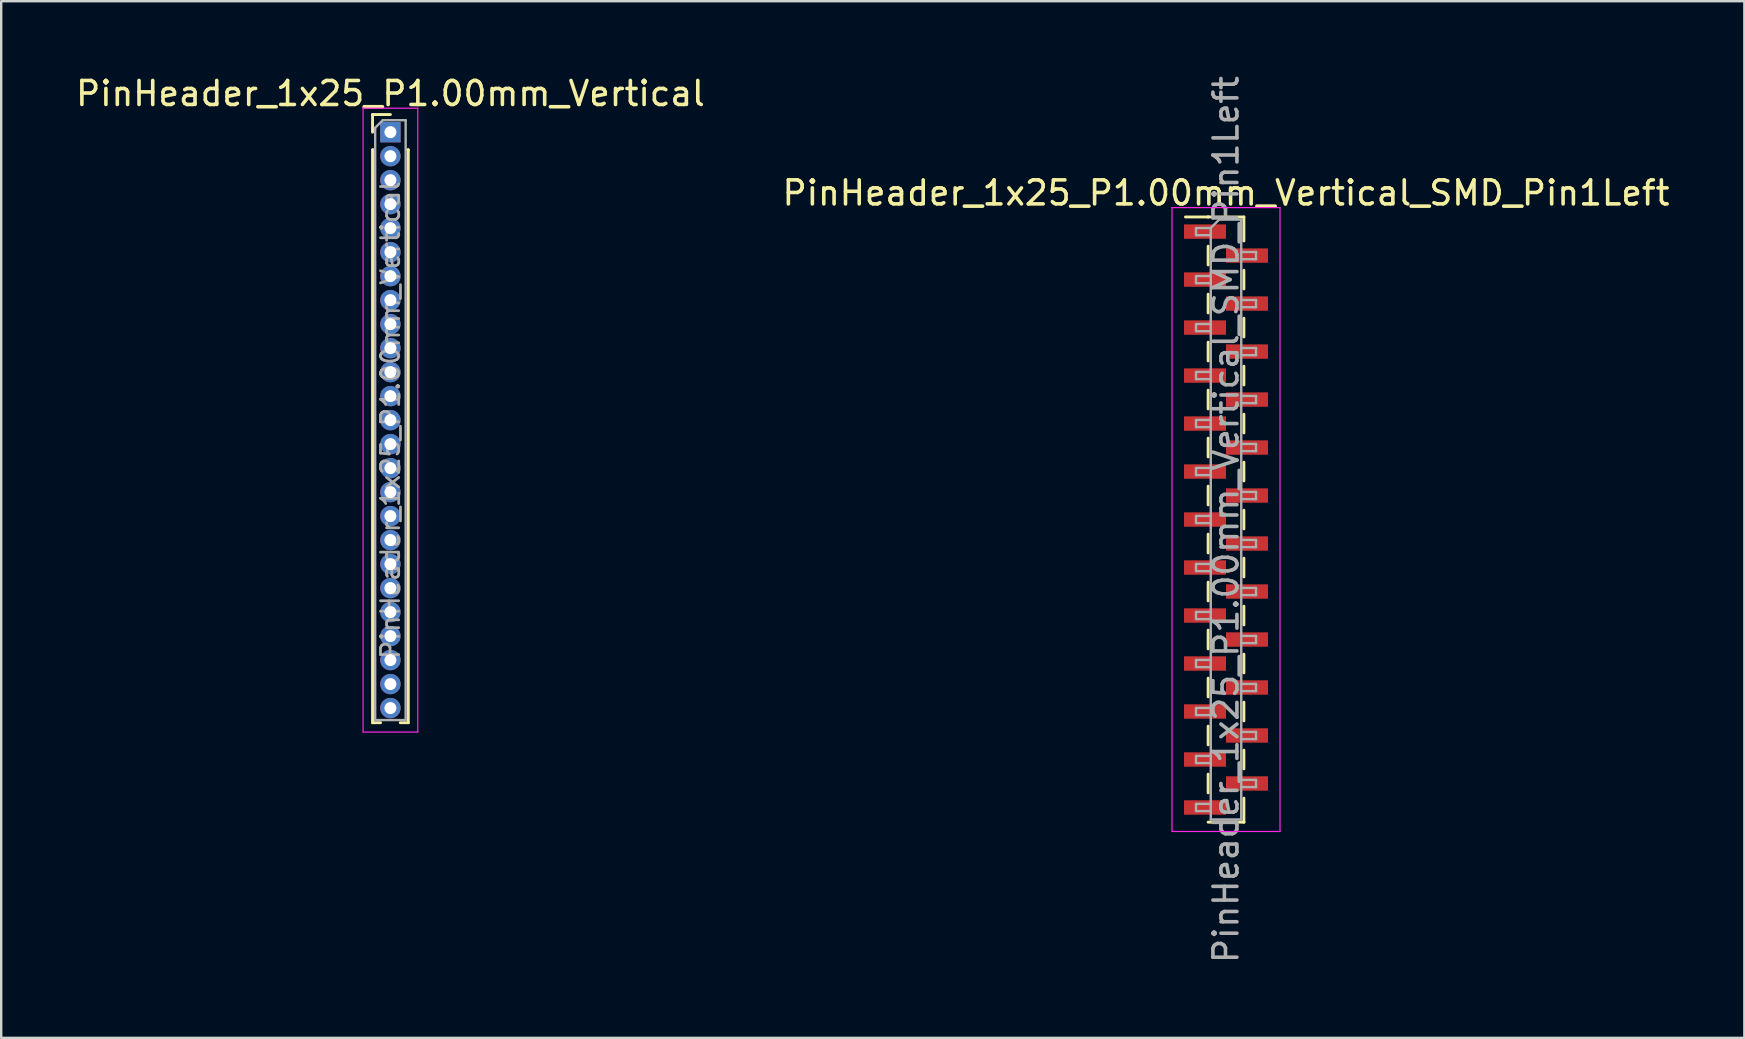
<source format=kicad_pcb>
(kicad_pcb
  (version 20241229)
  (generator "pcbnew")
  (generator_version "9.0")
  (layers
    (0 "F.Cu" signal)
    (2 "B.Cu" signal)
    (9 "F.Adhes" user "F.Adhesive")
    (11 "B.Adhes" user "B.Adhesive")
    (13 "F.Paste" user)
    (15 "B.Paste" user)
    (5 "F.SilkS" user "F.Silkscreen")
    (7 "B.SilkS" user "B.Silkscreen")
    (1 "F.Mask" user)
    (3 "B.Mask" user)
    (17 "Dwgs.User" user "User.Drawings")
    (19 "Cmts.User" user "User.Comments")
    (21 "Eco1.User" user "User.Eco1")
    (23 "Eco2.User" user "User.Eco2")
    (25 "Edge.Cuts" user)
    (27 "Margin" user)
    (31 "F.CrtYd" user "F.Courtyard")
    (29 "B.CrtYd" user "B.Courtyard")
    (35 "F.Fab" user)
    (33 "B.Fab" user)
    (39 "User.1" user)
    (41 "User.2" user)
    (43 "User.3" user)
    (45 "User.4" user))
  (footprint "PinHeader_1x25_P1.00mm_Vertical_SMD_Pin1Left"
    (layer "F.Cu")
    (at 48.042 18.601)
    (property "Reference" "PinHeader_1x25_P1.00mm_Vertical_SMD_Pin1Left" (at 0 -13.61 0) (layer "F.SilkS") (effects (font (size 1 1) (thickness 0.15))))
    (attr smd)
    (fp_line (start -0.745 -12.61) (end -1.69 -12.61) (stroke (width 0.12) (type solid)) (layer "F.SilkS"))
    (fp_line (start -0.745 -12.61) (end -0.745 -12.61) (stroke (width 0.12) (type solid)) (layer "F.SilkS"))
    (fp_line (start -0.745 -12.61) (end 0.745 -12.61) (stroke (width 0.12) (type solid)) (layer "F.SilkS"))
    (fp_line (start -0.745 -11.39) (end -0.745 -10.61) (stroke (width 0.12) (type solid)) (layer "F.SilkS"))
    (fp_line (start -0.745 -9.39) (end -0.745 -8.61) (stroke (width 0.12) (type solid)) (layer "F.SilkS"))
    (fp_line (start -0.745 -7.39) (end -0.745 -6.61) (stroke (width 0.12) (type solid)) (layer "F.SilkS"))
    (fp_line (start -0.745 -5.39) (end -0.745 -4.61) (stroke (width 0.12) (type solid)) (layer "F.SilkS"))
    (fp_line (start -0.745 -3.39) (end -0.745 -2.61) (stroke (width 0.12) (type solid)) (layer "F.SilkS"))
    (fp_line (start -0.745 -1.39) (end -0.745 -0.61) (stroke (width 0.12) (type solid)) (layer "F.SilkS"))
    (fp_line (start -0.745 0.61) (end -0.745 1.39) (stroke (width 0.12) (type solid)) (layer "F.SilkS"))
    (fp_line (start -0.745 2.61) (end -0.745 3.39) (stroke (width 0.12) (type solid)) (layer "F.SilkS"))
    (fp_line (start -0.745 4.61) (end -0.745 5.39) (stroke (width 0.12) (type solid)) (layer "F.SilkS"))
    (fp_line (start -0.745 6.61) (end -0.745 7.39) (stroke (width 0.12) (type solid)) (layer "F.SilkS"))
    (fp_line (start -0.745 8.61) (end -0.745 9.39) (stroke (width 0.12) (type solid)) (layer "F.SilkS"))
    (fp_line (start -0.745 10.61) (end -0.745 11.39) (stroke (width 0.12) (type solid)) (layer "F.SilkS"))
    (fp_line (start -0.745 12.61) (end 0.745 12.61) (stroke (width 0.12) (type solid)) (layer "F.SilkS"))
    (fp_line (start 0.745 -12.61) (end 0.745 -11.61) (stroke (width 0.12) (type solid)) (layer "F.SilkS"))
    (fp_line (start 0.745 -10.39) (end 0.745 -9.61) (stroke (width 0.12) (type solid)) (layer "F.SilkS"))
    (fp_line (start 0.745 -8.39) (end 0.745 -7.61) (stroke (width 0.12) (type solid)) (layer "F.SilkS"))
    (fp_line (start 0.745 -6.39) (end 0.745 -5.61) (stroke (width 0.12) (type solid)) (layer "F.SilkS"))
    (fp_line (start 0.745 -4.39) (end 0.745 -3.61) (stroke (width 0.12) (type solid)) (layer "F.SilkS"))
    (fp_line (start 0.745 -2.39) (end 0.745 -1.61) (stroke (width 0.12) (type solid)) (layer "F.SilkS"))
    (fp_line (start 0.745 -0.39) (end 0.745 0.39) (stroke (width 0.12) (type solid)) (layer "F.SilkS"))
    (fp_line (start 0.745 1.61) (end 0.745 2.39) (stroke (width 0.12) (type solid)) (layer "F.SilkS"))
    (fp_line (start 0.745 3.61) (end 0.745 4.39) (stroke (width 0.12) (type solid)) (layer "F.SilkS"))
    (fp_line (start 0.745 5.61) (end 0.745 6.39) (stroke (width 0.12) (type solid)) (layer "F.SilkS"))
    (fp_line (start 0.745 7.61) (end 0.745 8.39) (stroke (width 0.12) (type solid)) (layer "F.SilkS"))
    (fp_line (start 0.745 9.61) (end 0.745 10.39) (stroke (width 0.12) (type solid)) (layer "F.SilkS"))
    (fp_line (start 0.745 11.61) (end 0.745 12.61) (stroke (width 0.12) (type solid)) (layer "F.SilkS"))
    (fp_line (start 0.745 12.61) (end 0.745 12.61) (stroke (width 0.12) (type solid)) (layer "F.SilkS"))
    (fp_line (start -2.25 -13) (end -2.25 13) (stroke (width 0.05) (type solid)) (layer "F.CrtYd"))
    (fp_line (start -2.25 13) (end 2.25 13) (stroke (width 0.05) (type solid)) (layer "F.CrtYd"))
    (fp_line (start 2.25 -13) (end -2.25 -13) (stroke (width 0.05) (type solid)) (layer "F.CrtYd"))
    (fp_line (start 2.25 13) (end 2.25 -13) (stroke (width 0.05) (type solid)) (layer "F.CrtYd"))
    (fp_line (start -1.25 -12.15) (end -1.25 -11.85) (stroke (width 0.1) (type solid)) (layer "F.Fab"))
    (fp_line (start -1.25 -11.85) (end -0.635 -11.85) (stroke (width 0.1) (type solid)) (layer "F.Fab"))
    (fp_line (start -1.25 -10.15) (end -1.25 -9.85) (stroke (width 0.1) (type solid)) (layer "F.Fab"))
    (fp_line (start -1.25 -9.85) (end -0.635 -9.85) (stroke (width 0.1) (type solid)) (layer "F.Fab"))
    (fp_line (start -1.25 -8.15) (end -1.25 -7.85) (stroke (width 0.1) (type solid)) (layer "F.Fab"))
    (fp_line (start -1.25 -7.85) (end -0.635 -7.85) (stroke (width 0.1) (type solid)) (layer "F.Fab"))
    (fp_line (start -1.25 -6.15) (end -1.25 -5.85) (stroke (width 0.1) (type solid)) (layer "F.Fab"))
    (fp_line (start -1.25 -5.85) (end -0.635 -5.85) (stroke (width 0.1) (type solid)) (layer "F.Fab"))
    (fp_line (start -1.25 -4.15) (end -1.25 -3.85) (stroke (width 0.1) (type solid)) (layer "F.Fab"))
    (fp_line (start -1.25 -3.85) (end -0.635 -3.85) (stroke (width 0.1) (type solid)) (layer "F.Fab"))
    (fp_line (start -1.25 -2.15) (end -1.25 -1.85) (stroke (width 0.1) (type solid)) (layer "F.Fab"))
    (fp_line (start -1.25 -1.85) (end -0.635 -1.85) (stroke (width 0.1) (type solid)) (layer "F.Fab"))
    (fp_line (start -1.25 -0.15) (end -1.25 0.15) (stroke (width 0.1) (type solid)) (layer "F.Fab"))
    (fp_line (start -1.25 0.15) (end -0.635 0.15) (stroke (width 0.1) (type solid)) (layer "F.Fab"))
    (fp_line (start -1.25 1.85) (end -1.25 2.15) (stroke (width 0.1) (type solid)) (layer "F.Fab"))
    (fp_line (start -1.25 2.15) (end -0.635 2.15) (stroke (width 0.1) (type solid)) (layer "F.Fab"))
    (fp_line (start -1.25 3.85) (end -1.25 4.15) (stroke (width 0.1) (type solid)) (layer "F.Fab"))
    (fp_line (start -1.25 4.15) (end -0.635 4.15) (stroke (width 0.1) (type solid)) (layer "F.Fab"))
    (fp_line (start -1.25 5.85) (end -1.25 6.15) (stroke (width 0.1) (type solid)) (layer "F.Fab"))
    (fp_line (start -1.25 6.15) (end -0.635 6.15) (stroke (width 0.1) (type solid)) (layer "F.Fab"))
    (fp_line (start -1.25 7.85) (end -1.25 8.15) (stroke (width 0.1) (type solid)) (layer "F.Fab"))
    (fp_line (start -1.25 8.15) (end -0.635 8.15) (stroke (width 0.1) (type solid)) (layer "F.Fab"))
    (fp_line (start -1.25 9.85) (end -1.25 10.15) (stroke (width 0.1) (type solid)) (layer "F.Fab"))
    (fp_line (start -1.25 10.15) (end -0.635 10.15) (stroke (width 0.1) (type solid)) (layer "F.Fab"))
    (fp_line (start -1.25 11.85) (end -1.25 12.15) (stroke (width 0.1) (type solid)) (layer "F.Fab"))
    (fp_line (start -1.25 12.15) (end -0.635 12.15) (stroke (width 0.1) (type solid)) (layer "F.Fab"))
    (fp_line (start -0.635 -12.15) (end -1.25 -12.15) (stroke (width 0.1) (type solid)) (layer "F.Fab"))
    (fp_line (start -0.635 -12.15) (end -0.285 -12.5) (stroke (width 0.1) (type solid)) (layer "F.Fab"))
    (fp_line (start -0.635 -10.15) (end -1.25 -10.15) (stroke (width 0.1) (type solid)) (layer "F.Fab"))
    (fp_line (start -0.635 -8.15) (end -1.25 -8.15) (stroke (width 0.1) (type solid)) (layer "F.Fab"))
    (fp_line (start -0.635 -6.15) (end -1.25 -6.15) (stroke (width 0.1) (type solid)) (layer "F.Fab"))
    (fp_line (start -0.635 -4.15) (end -1.25 -4.15) (stroke (width 0.1) (type solid)) (layer "F.Fab"))
    (fp_line (start -0.635 -2.15) (end -1.25 -2.15) (stroke (width 0.1) (type solid)) (layer "F.Fab"))
    (fp_line (start -0.635 -0.15) (end -1.25 -0.15) (stroke (width 0.1) (type solid)) (layer "F.Fab"))
    (fp_line (start -0.635 1.85) (end -1.25 1.85) (stroke (width 0.1) (type solid)) (layer "F.Fab"))
    (fp_line (start -0.635 3.85) (end -1.25 3.85) (stroke (width 0.1) (type solid)) (layer "F.Fab"))
    (fp_line (start -0.635 5.85) (end -1.25 5.85) (stroke (width 0.1) (type solid)) (layer "F.Fab"))
    (fp_line (start -0.635 7.85) (end -1.25 7.85) (stroke (width 0.1) (type solid)) (layer "F.Fab"))
    (fp_line (start -0.635 9.85) (end -1.25 9.85) (stroke (width 0.1) (type solid)) (layer "F.Fab"))
    (fp_line (start -0.635 11.85) (end -1.25 11.85) (stroke (width 0.1) (type solid)) (layer "F.Fab"))
    (fp_line (start -0.635 12.5) (end -0.635 -12.15) (stroke (width 0.1) (type solid)) (layer "F.Fab"))
    (fp_line (start -0.285 -12.5) (end 0.635 -12.5) (stroke (width 0.1) (type solid)) (layer "F.Fab"))
    (fp_line (start 0.635 -12.5) (end 0.635 12.5) (stroke (width 0.1) (type solid)) (layer "F.Fab"))
    (fp_line (start 0.635 -11.15) (end 1.25 -11.15) (stroke (width 0.1) (type solid)) (layer "F.Fab"))
    (fp_line (start 0.635 -9.15) (end 1.25 -9.15) (stroke (width 0.1) (type solid)) (layer "F.Fab"))
    (fp_line (start 0.635 -7.15) (end 1.25 -7.15) (stroke (width 0.1) (type solid)) (layer "F.Fab"))
    (fp_line (start 0.635 -5.15) (end 1.25 -5.15) (stroke (width 0.1) (type solid)) (layer "F.Fab"))
    (fp_line (start 0.635 -3.15) (end 1.25 -3.15) (stroke (width 0.1) (type solid)) (layer "F.Fab"))
    (fp_line (start 0.635 -1.15) (end 1.25 -1.15) (stroke (width 0.1) (type solid)) (layer "F.Fab"))
    (fp_line (start 0.635 0.85) (end 1.25 0.85) (stroke (width 0.1) (type solid)) (layer "F.Fab"))
    (fp_line (start 0.635 2.85) (end 1.25 2.85) (stroke (width 0.1) (type solid)) (layer "F.Fab"))
    (fp_line (start 0.635 4.85) (end 1.25 4.85) (stroke (width 0.1) (type solid)) (layer "F.Fab"))
    (fp_line (start 0.635 6.85) (end 1.25 6.85) (stroke (width 0.1) (type solid)) (layer "F.Fab"))
    (fp_line (start 0.635 8.85) (end 1.25 8.85) (stroke (width 0.1) (type solid)) (layer "F.Fab"))
    (fp_line (start 0.635 10.85) (end 1.25 10.85) (stroke (width 0.1) (type solid)) (layer "F.Fab"))
    (fp_line (start 0.635 12.5) (end -0.635 12.5) (stroke (width 0.1) (type solid)) (layer "F.Fab"))
    (fp_line (start 1.25 -11.15) (end 1.25 -10.85) (stroke (width 0.1) (type solid)) (layer "F.Fab"))
    (fp_line (start 1.25 -10.85) (end 0.635 -10.85) (stroke (width 0.1) (type solid)) (layer "F.Fab"))
    (fp_line (start 1.25 -9.15) (end 1.25 -8.85) (stroke (width 0.1) (type solid)) (layer "F.Fab"))
    (fp_line (start 1.25 -8.85) (end 0.635 -8.85) (stroke (width 0.1) (type solid)) (layer "F.Fab"))
    (fp_line (start 1.25 -7.15) (end 1.25 -6.85) (stroke (width 0.1) (type solid)) (layer "F.Fab"))
    (fp_line (start 1.25 -6.85) (end 0.635 -6.85) (stroke (width 0.1) (type solid)) (layer "F.Fab"))
    (fp_line (start 1.25 -5.15) (end 1.25 -4.85) (stroke (width 0.1) (type solid)) (layer "F.Fab"))
    (fp_line (start 1.25 -4.85) (end 0.635 -4.85) (stroke (width 0.1) (type solid)) (layer "F.Fab"))
    (fp_line (start 1.25 -3.15) (end 1.25 -2.85) (stroke (width 0.1) (type solid)) (layer "F.Fab"))
    (fp_line (start 1.25 -2.85) (end 0.635 -2.85) (stroke (width 0.1) (type solid)) (layer "F.Fab"))
    (fp_line (start 1.25 -1.15) (end 1.25 -0.85) (stroke (width 0.1) (type solid)) (layer "F.Fab"))
    (fp_line (start 1.25 -0.85) (end 0.635 -0.85) (stroke (width 0.1) (type solid)) (layer "F.Fab"))
    (fp_line (start 1.25 0.85) (end 1.25 1.15) (stroke (width 0.1) (type solid)) (layer "F.Fab"))
    (fp_line (start 1.25 1.15) (end 0.635 1.15) (stroke (width 0.1) (type solid)) (layer "F.Fab"))
    (fp_line (start 1.25 2.85) (end 1.25 3.15) (stroke (width 0.1) (type solid)) (layer "F.Fab"))
    (fp_line (start 1.25 3.15) (end 0.635 3.15) (stroke (width 0.1) (type solid)) (layer "F.Fab"))
    (fp_line (start 1.25 4.85) (end 1.25 5.15) (stroke (width 0.1) (type solid)) (layer "F.Fab"))
    (fp_line (start 1.25 5.15) (end 0.635 5.15) (stroke (width 0.1) (type solid)) (layer "F.Fab"))
    (fp_line (start 1.25 6.85) (end 1.25 7.15) (stroke (width 0.1) (type solid)) (layer "F.Fab"))
    (fp_line (start 1.25 7.15) (end 0.635 7.15) (stroke (width 0.1) (type solid)) (layer "F.Fab"))
    (fp_line (start 1.25 8.85) (end 1.25 9.15) (stroke (width 0.1) (type solid)) (layer "F.Fab"))
    (fp_line (start 1.25 9.15) (end 0.635 9.15) (stroke (width 0.1) (type solid)) (layer "F.Fab"))
    (fp_line (start 1.25 10.85) (end 1.25 11.15) (stroke (width 0.1) (type solid)) (layer "F.Fab"))
    (fp_line (start 1.25 11.15) (end 0.635 11.15) (stroke (width 0.1) (type solid)) (layer "F.Fab"))
    (fp_text user "${REFERENCE}" (at 0 0 90) (layer "F.Fab") (effects (font (size 1 1) (thickness 0.15))))
    (pad "1" smd rect (at -0.875 -12) (size 1.75 0.6) (layers "F.Cu" "F.Mask" "F.Paste"))
    (pad "2" smd rect (at 0.875 -11) (size 1.75 0.6) (layers "F.Cu" "F.Mask" "F.Paste"))
    (pad "3" smd rect (at -0.875 -10) (size 1.75 0.6) (layers "F.Cu" "F.Mask" "F.Paste"))
    (pad "4" smd rect (at 0.875 -9) (size 1.75 0.6) (layers "F.Cu" "F.Mask" "F.Paste"))
    (pad "5" smd rect (at -0.875 -8) (size 1.75 0.6) (layers "F.Cu" "F.Mask" "F.Paste"))
    (pad "6" smd rect (at 0.875 -7) (size 1.75 0.6) (layers "F.Cu" "F.Mask" "F.Paste"))
    (pad "7" smd rect (at -0.875 -6) (size 1.75 0.6) (layers "F.Cu" "F.Mask" "F.Paste"))
    (pad "8" smd rect (at 0.875 -5) (size 1.75 0.6) (layers "F.Cu" "F.Mask" "F.Paste"))
    (pad "9" smd rect (at -0.875 -4) (size 1.75 0.6) (layers "F.Cu" "F.Mask" "F.Paste"))
    (pad "10" smd rect (at 0.875 -3) (size 1.75 0.6) (layers "F.Cu" "F.Mask" "F.Paste"))
    (pad "11" smd rect (at -0.875 -2) (size 1.75 0.6) (layers "F.Cu" "F.Mask" "F.Paste"))
    (pad "12" smd rect (at 0.875 -1) (size 1.75 0.6) (layers "F.Cu" "F.Mask" "F.Paste"))
    (pad "13" smd rect (at -0.875 0) (size 1.75 0.6) (layers "F.Cu" "F.Mask" "F.Paste"))
    (pad "14" smd rect (at 0.875 1) (size 1.75 0.6) (layers "F.Cu" "F.Mask" "F.Paste"))
    (pad "15" smd rect (at -0.875 2) (size 1.75 0.6) (layers "F.Cu" "F.Mask" "F.Paste"))
    (pad "16" smd rect (at 0.875 3) (size 1.75 0.6) (layers "F.Cu" "F.Mask" "F.Paste"))
    (pad "17" smd rect (at -0.875 4) (size 1.75 0.6) (layers "F.Cu" "F.Mask" "F.Paste"))
    (pad "18" smd rect (at 0.875 5) (size 1.75 0.6) (layers "F.Cu" "F.Mask" "F.Paste"))
    (pad "19" smd rect (at -0.875 6) (size 1.75 0.6) (layers "F.Cu" "F.Mask" "F.Paste"))
    (pad "20" smd rect (at 0.875 7) (size 1.75 0.6) (layers "F.Cu" "F.Mask" "F.Paste"))
    (pad "21" smd rect (at -0.875 8) (size 1.75 0.6) (layers "F.Cu" "F.Mask" "F.Paste"))
    (pad "22" smd rect (at 0.875 9) (size 1.75 0.6) (layers "F.Cu" "F.Mask" "F.Paste"))
    (pad "23" smd rect (at -0.875 10) (size 1.75 0.6) (layers "F.Cu" "F.Mask" "F.Paste"))
    (pad "24" smd rect (at 0.875 11) (size 1.75 0.6) (layers "F.Cu" "F.Mask" "F.Paste"))
    (pad "25" smd rect (at -0.875 12) (size 1.75 0.6) (layers "F.Cu" "F.Mask" "F.Paste")))
  (footprint "PinHeader_1x25_P1.00mm_Vertical"
    (layer "F.Cu")
    (at 13.22 2.458)
    (property "Reference" "PinHeader_1x25_P1.00mm_Vertical" (at 0 -1.61 0) (layer "F.SilkS") (effects (font (size 1 1) (thickness 0.15))))
    (attr through_hole)
    (fp_line (start -0.745 -0.735) (end 0 -0.735) (stroke (width 0.12) (type solid)) (layer "F.SilkS"))
    (fp_line (start -0.745 0) (end -0.745 -0.735) (stroke (width 0.12) (type solid)) (layer "F.SilkS"))
    (fp_line (start -0.745 0.735) (end -0.745 24.61) (stroke (width 0.12) (type solid)) (layer "F.SilkS"))
    (fp_line (start -0.745 0.735) (end -0.686 0.735) (stroke (width 0.12) (type solid)) (layer "F.SilkS"))
    (fp_line (start -0.745 24.61) (end -0.41 24.61) (stroke (width 0.12) (type solid)) (layer "F.SilkS"))
    (fp_line (start 0.41 24.61) (end 0.745 24.61) (stroke (width 0.12) (type solid)) (layer "F.SilkS"))
    (fp_line (start 0.686 0.735) (end 0.745 0.735) (stroke (width 0.12) (type solid)) (layer "F.SilkS"))
    (fp_line (start 0.745 0.735) (end 0.745 24.61) (stroke (width 0.12) (type solid)) (layer "F.SilkS"))
    (fp_line (start -1.14 -1) (end -1.14 25) (stroke (width 0.05) (type solid)) (layer "F.CrtYd"))
    (fp_line (start -1.14 25) (end 1.14 25) (stroke (width 0.05) (type solid)) (layer "F.CrtYd"))
    (fp_line (start 1.14 -1) (end -1.14 -1) (stroke (width 0.05) (type solid)) (layer "F.CrtYd"))
    (fp_line (start 1.14 25) (end 1.14 -1) (stroke (width 0.05) (type solid)) (layer "F.CrtYd"))
    (fp_line (start -0.635 -0.182) (end -0.318 -0.5) (stroke (width 0.1) (type solid)) (layer "F.Fab"))
    (fp_line (start -0.635 24.5) (end -0.635 -0.182) (stroke (width 0.1) (type solid)) (layer "F.Fab"))
    (fp_line (start -0.318 -0.5) (end 0.635 -0.5) (stroke (width 0.1) (type solid)) (layer "F.Fab"))
    (fp_line (start 0.635 -0.5) (end 0.635 24.5) (stroke (width 0.1) (type solid)) (layer "F.Fab"))
    (fp_line (start 0.635 24.5) (end -0.635 24.5) (stroke (width 0.1) (type solid)) (layer "F.Fab"))
    (fp_text user "${REFERENCE}" (at 0 12 90) (layer "F.Fab") (effects (font (size 0.76 0.76) (thickness 0.114))))
    (pad "1" thru_hole rect (at 0 0) (size 0.85 0.85) (drill 0.5) (layers "*.Cu" "*.Mask"))
    (pad "2" thru_hole circle (at 0 1) (size 0.85 0.85) (drill 0.5) (layers "*.Cu" "*.Mask"))
    (pad "3" thru_hole circle (at 0 2) (size 0.85 0.85) (drill 0.5) (layers "*.Cu" "*.Mask"))
    (pad "4" thru_hole circle (at 0 3) (size 0.85 0.85) (drill 0.5) (layers "*.Cu" "*.Mask"))
    (pad "5" thru_hole circle (at 0 4) (size 0.85 0.85) (drill 0.5) (layers "*.Cu" "*.Mask"))
    (pad "6" thru_hole circle (at 0 5) (size 0.85 0.85) (drill 0.5) (layers "*.Cu" "*.Mask"))
    (pad "7" thru_hole circle (at 0 6) (size 0.85 0.85) (drill 0.5) (layers "*.Cu" "*.Mask"))
    (pad "8" thru_hole circle (at 0 7) (size 0.85 0.85) (drill 0.5) (layers "*.Cu" "*.Mask"))
    (pad "9" thru_hole circle (at 0 8) (size 0.85 0.85) (drill 0.5) (layers "*.Cu" "*.Mask"))
    (pad "10" thru_hole circle (at 0 9) (size 0.85 0.85) (drill 0.5) (layers "*.Cu" "*.Mask"))
    (pad "11" thru_hole circle (at 0 10) (size 0.85 0.85) (drill 0.5) (layers "*.Cu" "*.Mask"))
    (pad "12" thru_hole circle (at 0 11) (size 0.85 0.85) (drill 0.5) (layers "*.Cu" "*.Mask"))
    (pad "13" thru_hole circle (at 0 12) (size 0.85 0.85) (drill 0.5) (layers "*.Cu" "*.Mask"))
    (pad "14" thru_hole circle (at 0 13) (size 0.85 0.85) (drill 0.5) (layers "*.Cu" "*.Mask"))
    (pad "15" thru_hole circle (at 0 14) (size 0.85 0.85) (drill 0.5) (layers "*.Cu" "*.Mask"))
    (pad "16" thru_hole circle (at 0 15) (size 0.85 0.85) (drill 0.5) (layers "*.Cu" "*.Mask"))
    (pad "17" thru_hole circle (at 0 16) (size 0.85 0.85) (drill 0.5) (layers "*.Cu" "*.Mask"))
    (pad "18" thru_hole circle (at 0 17) (size 0.85 0.85) (drill 0.5) (layers "*.Cu" "*.Mask"))
    (pad "19" thru_hole circle (at 0 18) (size 0.85 0.85) (drill 0.5) (layers "*.Cu" "*.Mask"))
    (pad "20" thru_hole circle (at 0 19) (size 0.85 0.85) (drill 0.5) (layers "*.Cu" "*.Mask"))
    (pad "21" thru_hole circle (at 0 20) (size 0.85 0.85) (drill 0.5) (layers "*.Cu" "*.Mask"))
    (pad "22" thru_hole circle (at 0 21) (size 0.85 0.85) (drill 0.5) (layers "*.Cu" "*.Mask"))
    (pad "23" thru_hole circle (at 0 22) (size 0.85 0.85) (drill 0.5) (layers "*.Cu" "*.Mask"))
    (pad "24" thru_hole circle (at 0 23) (size 0.85 0.85) (drill 0.5) (layers "*.Cu" "*.Mask"))
    (pad "25" thru_hole circle (at 0 24) (size 0.85 0.85) (drill 0.5) (layers "*.Cu" "*.Mask")))
  (gr_rect
    (start -3 -3)
    (end 69.643 40.202)
    (stroke (width 0.1) (type default))
    (fill no)
    (layer "Edge.Cuts")))
</source>
